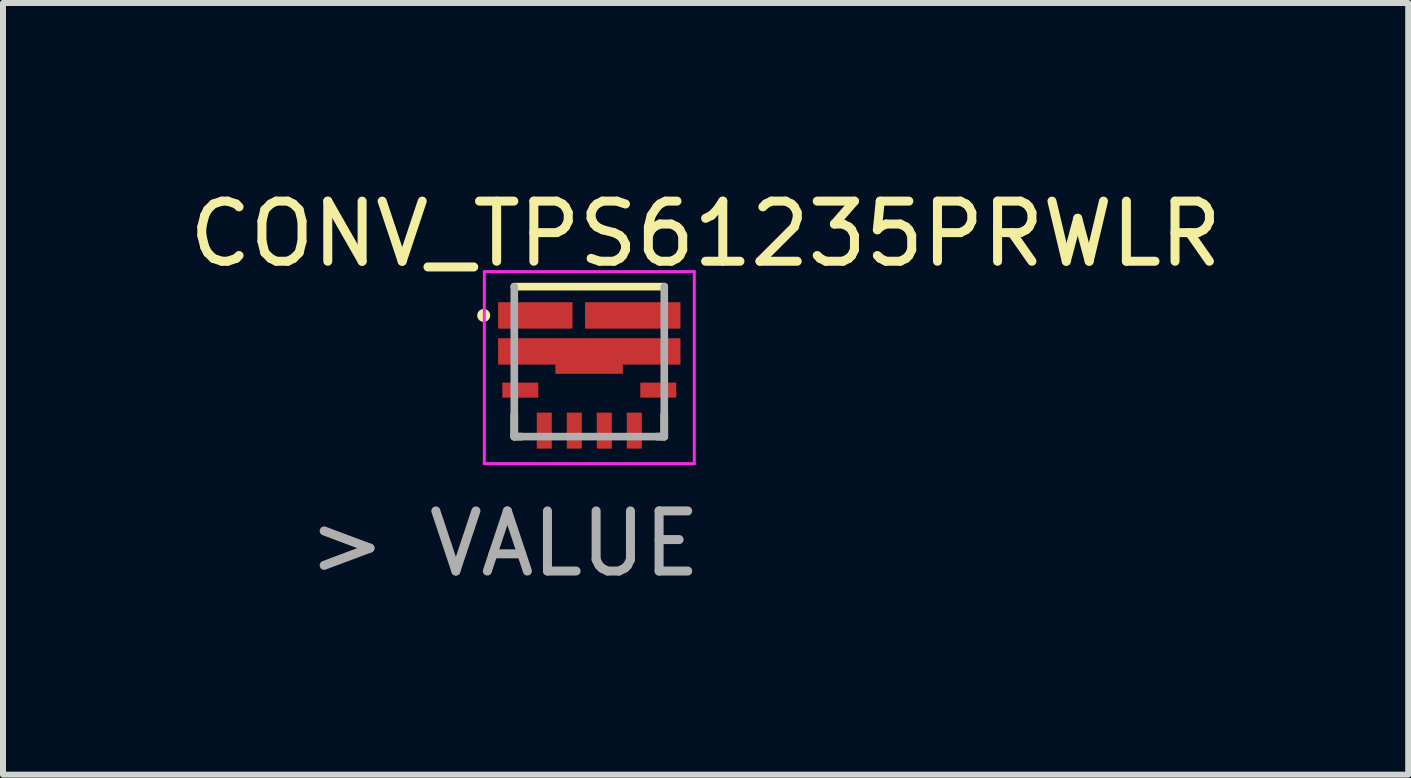
<source format=kicad_pcb>
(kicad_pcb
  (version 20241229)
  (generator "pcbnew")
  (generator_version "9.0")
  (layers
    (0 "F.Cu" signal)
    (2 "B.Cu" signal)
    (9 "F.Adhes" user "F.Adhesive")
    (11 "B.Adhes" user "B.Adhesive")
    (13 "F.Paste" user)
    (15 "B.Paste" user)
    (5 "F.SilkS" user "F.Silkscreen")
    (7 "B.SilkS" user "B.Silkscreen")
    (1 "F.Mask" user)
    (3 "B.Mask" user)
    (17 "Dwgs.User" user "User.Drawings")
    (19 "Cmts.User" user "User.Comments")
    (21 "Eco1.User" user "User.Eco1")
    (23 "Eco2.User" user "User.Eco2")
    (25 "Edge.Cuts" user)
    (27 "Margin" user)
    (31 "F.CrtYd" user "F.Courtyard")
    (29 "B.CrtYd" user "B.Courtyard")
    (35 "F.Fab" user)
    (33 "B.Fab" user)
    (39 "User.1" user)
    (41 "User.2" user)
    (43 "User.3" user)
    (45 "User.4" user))
  (footprint "CONV_TPS61235PRWLR"
    (layer "F.Cu")
    (at 6.773 2.978)
    (property "Reference" "CONV_TPS61235PRWLR" (at 1.939 -2.129 0) (layer "F.SilkS") (effects (font (size 1.002 1.002) (thickness 0.15))))
    (attr smd)
    (fp_poly (pts (xy -0.559 0.04) (xy 0.557 0.04) (xy 0.557 0.2) (xy -0.559 0.2)) (stroke (width 0.01) (type solid)) (fill yes) (layer "F.Cu"))
    (fp_poly (pts (xy -1.524 0.28) (xy -0.78 0.28) (xy -0.78 0.672) (xy -1.524 0.672)) (stroke (width 0.01) (type solid)) (fill yes) (layer "F.Mask"))
    (fp_poly (pts (xy -1.453 -0.32) (xy 1.45 -0.32) (xy 1.45 -0.02) (xy -1.453 -0.02)) (stroke (width 0.01) (type solid)) (fill yes) (layer "F.Mask"))
    (fp_poly (pts (xy -1.452 -0.92) (xy -0.35 -0.92) (xy -0.35 -0.621) (xy -1.452 -0.621)) (stroke (width 0.01) (type solid)) (fill yes) (layer "F.Mask"))
    (fp_poly (pts (xy -0.947 0.78) (xy -0.555 0.78) (xy -0.555 1.522) (xy -0.947 1.522)) (stroke (width 0.01) (type solid)) (fill yes) (layer "F.Mask"))
    (fp_poly (pts (xy -0.489 -0.02) (xy 0.487 -0.02) (xy 0.487 0.13) (xy -0.489 0.13)) (stroke (width 0.01) (type solid)) (fill yes) (layer "F.Mask"))
    (fp_poly (pts (xy -0.446 0.78) (xy -0.055 0.78) (xy -0.055 1.522) (xy -0.446 1.522)) (stroke (width 0.01) (type solid)) (fill yes) (layer "F.Mask"))
    (fp_poly (pts (xy 0 -0.92) (xy 1.45 -0.92) (xy 1.45 -0.622) (xy 0 -0.622)) (stroke (width 0.01) (type solid)) (fill yes) (layer "F.Mask"))
    (fp_poly (pts (xy 0.055 0.78) (xy 0.445 0.78) (xy 0.445 1.525) (xy 0.055 1.525)) (stroke (width 0.01) (type solid)) (fill yes) (layer "F.Mask"))
    (fp_poly (pts (xy 0.556 0.78) (xy 0.945 0.78) (xy 0.945 1.523) (xy 0.556 1.523)) (stroke (width 0.01) (type solid)) (fill yes) (layer "F.Mask"))
    (fp_poly (pts (xy 0.781 0.28) (xy 1.52 0.28) (xy 1.52 0.671) (xy 0.781 0.671)) (stroke (width 0.01) (type solid)) (fill yes) (layer "F.Mask"))
    (fp_line (start -1.25 -1.25) (end 1.25 -1.25) (stroke (width 0.127) (type solid)) (layer "F.SilkS"))
    (fp_line (start -1.25 1.25) (end -1.25 0.88) (stroke (width 0.127) (type solid)) (layer "F.SilkS"))
    (fp_line (start -1.13 1.25) (end -1.25 1.25) (stroke (width 0.127) (type solid)) (layer "F.SilkS"))
    (fp_line (start 1.25 0.88) (end 1.25 1.25) (stroke (width 0.127) (type solid)) (layer "F.SilkS"))
    (fp_line (start 1.25 1.25) (end 1.13 1.25) (stroke (width 0.127) (type solid)) (layer "F.SilkS"))
    (fp_circle (center -1.76 -0.77) (end -1.652 -0.77) (stroke (width 0) (type solid)) (fill yes) (layer "F.SilkS"))
    (fp_poly (pts (xy -1.453 -0.32) (xy -0.71 -0.32) (xy -0.71 -0.02) (xy -1.453 -0.02)) (stroke (width 0.01) (type solid)) (fill yes) (layer "F.Paste"))
    (fp_poly (pts (xy -1.452 -0.92) (xy -0.5 -0.92) (xy -0.5 -0.621) (xy -1.452 -0.621)) (stroke (width 0.01) (type solid)) (fill yes) (layer "F.Paste"))
    (fp_poly (pts (xy -0.491 -0.32) (xy 0.49 -0.32) (xy 0.49 0.13) (xy -0.491 0.13)) (stroke (width 0.01) (type solid)) (fill yes) (layer "F.Paste"))
    (fp_poly (pts (xy 0 -0.92) (xy 0.65 -0.92) (xy 0.65 -0.621) (xy 0 -0.621)) (stroke (width 0.01) (type solid)) (fill yes) (layer "F.Paste"))
    (fp_poly (pts (xy 0.712 -0.32) (xy 1.45 -0.32) (xy 1.45 -0.02) (xy 0.712 -0.02)) (stroke (width 0.01) (type solid)) (fill yes) (layer "F.Paste"))
    (fp_poly (pts (xy 0.852 -0.92) (xy 1.45 -0.92) (xy 1.45 -0.621) (xy 0.852 -0.621)) (stroke (width 0.01) (type solid)) (fill yes) (layer "F.Paste"))
    (fp_line (start -1.75 -1.5) (end 1.75 -1.5) (stroke (width 0.05) (type solid)) (layer "F.CrtYd"))
    (fp_line (start -1.75 1.7) (end -1.75 -1.5) (stroke (width 0.05) (type solid)) (layer "F.CrtYd"))
    (fp_line (start 1.75 -1.5) (end 1.75 1.7) (stroke (width 0.05) (type solid)) (layer "F.CrtYd"))
    (fp_line (start 1.75 1.7) (end -1.75 1.7) (stroke (width 0.05) (type solid)) (layer "F.CrtYd"))
    (fp_line (start -1.25 1.25) (end -1.25 -1.25) (stroke (width 0.127) (type solid)) (layer "F.Fab"))
    (fp_line (start 1.25 -1.25) (end 1.25 1.25) (stroke (width 0.127) (type solid)) (layer "F.Fab"))
    (fp_line (start 1.25 1.25) (end -1.25 1.25) (stroke (width 0.127) (type solid)) (layer "F.Fab"))
    (fp_text user "> VALUE" (at -1.413 3.035 0) (layer "F.Fab") (effects (font (size 1.002 1.002) (thickness 0.15))))
    (pad "1" smd rect (at -0.9 -0.77) (size 1.24 0.44) (layers "F.Cu"))
    (pad "2" smd rect (at 0 -0.17) (size 3.04 0.44) (layers "F.Cu"))
    (pad "3" smd rect (at -1.15 0.475) (size 0.6 0.25) (layers "F.Cu" "F.Paste"))
    (pad "4" smd rect (at -0.75 1.15) (size 0.25 0.6) (layers "F.Cu" "F.Paste"))
    (pad "5" smd rect (at -0.25 1.15) (size 0.25 0.6) (layers "F.Cu" "F.Paste"))
    (pad "6" smd rect (at 0.25 1.15) (size 0.25 0.6) (layers "F.Cu" "F.Paste"))
    (pad "7" smd rect (at 0.75 1.15) (size 0.25 0.6) (layers "F.Cu" "F.Paste"))
    (pad "8" smd rect (at 1.15 0.475) (size 0.6 0.25) (layers "F.Cu" "F.Paste"))
    (pad "9" smd rect (at 0.725 -0.77) (size 1.59 0.44) (layers "F.Cu")))
  (gr_rect
    (start -3 -3)
    (end 20.424 9.863)
    (stroke (width 0.1) (type default))
    (fill no)
    (layer "Edge.Cuts")))
</source>
